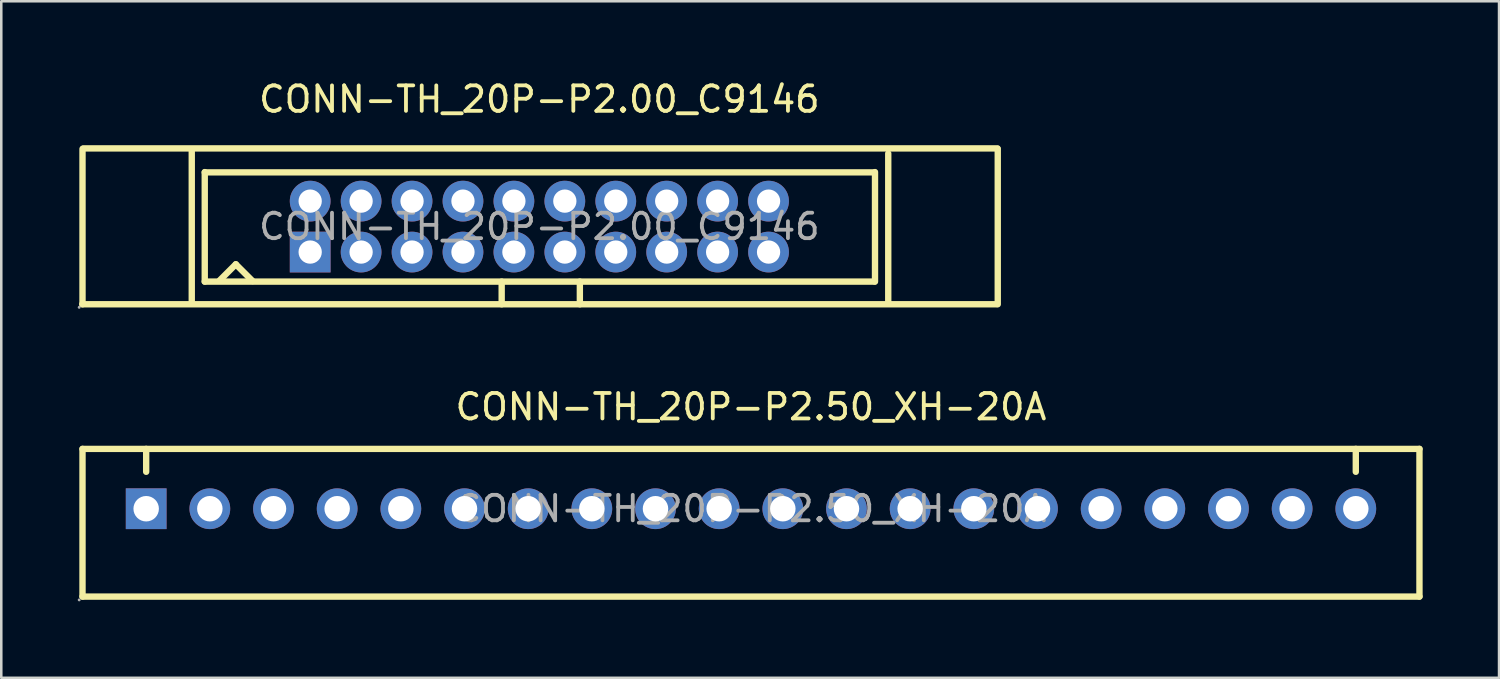
<source format=kicad_pcb>
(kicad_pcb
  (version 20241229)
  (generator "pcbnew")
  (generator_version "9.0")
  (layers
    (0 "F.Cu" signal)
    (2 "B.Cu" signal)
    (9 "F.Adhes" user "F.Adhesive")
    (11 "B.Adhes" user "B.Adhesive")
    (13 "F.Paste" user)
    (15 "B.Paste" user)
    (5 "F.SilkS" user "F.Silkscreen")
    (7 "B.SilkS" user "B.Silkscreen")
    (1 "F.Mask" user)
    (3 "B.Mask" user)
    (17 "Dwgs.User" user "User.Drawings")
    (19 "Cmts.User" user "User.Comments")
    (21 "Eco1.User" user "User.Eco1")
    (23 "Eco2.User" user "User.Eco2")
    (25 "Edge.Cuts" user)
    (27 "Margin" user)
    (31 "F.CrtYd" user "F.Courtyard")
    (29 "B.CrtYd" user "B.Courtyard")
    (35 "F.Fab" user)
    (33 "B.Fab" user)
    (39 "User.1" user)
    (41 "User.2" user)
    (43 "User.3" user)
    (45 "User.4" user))
  (footprint "CONN-TH_20P-P2.50_XH-20A"
    (layer "F.Cu")
    (at 26.44 16.927)
    (property "Reference" "CONN-TH_20P-P2.50_XH-20A" (at 0 -4 0) (layer "F.SilkS") (effects (font (size 1 1) (thickness 0.15))))
    (attr through_hole)
    (fp_line (start -26.25 -2.35) (end -26.25 3.45) (stroke (width 0.25) (type solid)) (layer "F.SilkS"))
    (fp_line (start -26.25 3.45) (end 26.25 3.45) (stroke (width 0.25) (type solid)) (layer "F.SilkS"))
    (fp_line (start -23.75 -1.45) (end -23.75 -2.35) (stroke (width 0.25) (type solid)) (layer "F.SilkS"))
    (fp_line (start 23.75 -1.45) (end 23.75 -2.35) (stroke (width 0.25) (type solid)) (layer "F.SilkS"))
    (fp_line (start 26.25 -2.35) (end -26.25 -2.35) (stroke (width 0.25) (type solid)) (layer "F.SilkS"))
    (fp_line (start 26.25 -2.35) (end 26.25 3.45) (stroke (width 0.25) (type solid)) (layer "F.SilkS"))
    (fp_circle (center -26.38 3.58) (end -26.35 3.58) (stroke (width 0.06) (type solid)) (fill no) (layer "F.Fab"))
    (fp_circle (center -23.75 0) (end -23.55 0) (stroke (width 0.4) (type solid)) (fill no) (layer "F.Fab"))
    (fp_circle (center -21.25 0) (end -21.05 0) (stroke (width 0.4) (type solid)) (fill no) (layer "F.Fab"))
    (fp_circle (center -18.75 0) (end -18.55 0) (stroke (width 0.4) (type solid)) (fill no) (layer "F.Fab"))
    (fp_circle (center -16.25 0) (end -16.05 0) (stroke (width 0.4) (type solid)) (fill no) (layer "F.Fab"))
    (fp_circle (center -13.75 0) (end -13.55 0) (stroke (width 0.4) (type solid)) (fill no) (layer "F.Fab"))
    (fp_circle (center -11.25 0) (end -11.05 0) (stroke (width 0.4) (type solid)) (fill no) (layer "F.Fab"))
    (fp_circle (center -8.75 0) (end -8.55 0) (stroke (width 0.4) (type solid)) (fill no) (layer "F.Fab"))
    (fp_circle (center -6.25 0) (end -6.05 0) (stroke (width 0.4) (type solid)) (fill no) (layer "F.Fab"))
    (fp_circle (center -3.75 0) (end -3.55 0) (stroke (width 0.4) (type solid)) (fill no) (layer "F.Fab"))
    (fp_circle (center -1.25 0) (end -1.05 0) (stroke (width 0.4) (type solid)) (fill no) (layer "F.Fab"))
    (fp_circle (center 1.25 0) (end 1.45 0) (stroke (width 0.4) (type solid)) (fill no) (layer "F.Fab"))
    (fp_circle (center 3.75 0) (end 3.95 0) (stroke (width 0.4) (type solid)) (fill no) (layer "F.Fab"))
    (fp_circle (center 6.25 0) (end 6.45 0) (stroke (width 0.4) (type solid)) (fill no) (layer "F.Fab"))
    (fp_circle (center 8.75 0) (end 8.95 0) (stroke (width 0.4) (type solid)) (fill no) (layer "F.Fab"))
    (fp_circle (center 11.25 0) (end 11.45 0) (stroke (width 0.4) (type solid)) (fill no) (layer "F.Fab"))
    (fp_circle (center 13.75 0) (end 13.95 0) (stroke (width 0.4) (type solid)) (fill no) (layer "F.Fab"))
    (fp_circle (center 16.25 0) (end 16.45 0) (stroke (width 0.4) (type solid)) (fill no) (layer "F.Fab"))
    (fp_circle (center 18.75 0) (end 18.95 0) (stroke (width 0.4) (type solid)) (fill no) (layer "F.Fab"))
    (fp_circle (center 21.25 0) (end 21.45 0) (stroke (width 0.4) (type solid)) (fill no) (layer "F.Fab"))
    (fp_circle (center 23.75 0) (end 23.95 0) (stroke (width 0.4) (type solid)) (fill no) (layer "F.Fab"))
    (fp_text user "${REFERENCE}" (at 0 0 0) (layer "F.Fab") (effects (font (size 1 1) (thickness 0.15))))
    (pad "1" thru_hole rect (at -23.75 0 180) (size 1.6 1.6) (drill 1) (layers "*.Cu" "*.Paste" "*.Mask"))
    (pad "2" thru_hole circle (at -21.25 0 180) (size 1.6 1.6) (drill 1) (layers "*.Cu" "*.Paste" "*.Mask"))
    (pad "3" thru_hole circle (at -18.75 0 180) (size 1.6 1.6) (drill 1) (layers "*.Cu" "*.Paste" "*.Mask"))
    (pad "4" thru_hole circle (at -16.25 0 180) (size 1.6 1.6) (drill 1) (layers "*.Cu" "*.Paste" "*.Mask"))
    (pad "5" thru_hole circle (at -13.75 0 180) (size 1.6 1.6) (drill 1) (layers "*.Cu" "*.Paste" "*.Mask"))
    (pad "6" thru_hole circle (at -11.25 0 180) (size 1.6 1.6) (drill 1) (layers "*.Cu" "*.Paste" "*.Mask"))
    (pad "7" thru_hole circle (at -8.75 0 180) (size 1.6 1.6) (drill 1) (layers "*.Cu" "*.Paste" "*.Mask"))
    (pad "8" thru_hole circle (at -6.25 0 180) (size 1.6 1.6) (drill 1) (layers "*.Cu" "*.Paste" "*.Mask"))
    (pad "9" thru_hole circle (at -3.75 0 180) (size 1.6 1.6) (drill 1) (layers "*.Cu" "*.Paste" "*.Mask"))
    (pad "10" thru_hole circle (at -1.25 0 180) (size 1.6 1.6) (drill 1) (layers "*.Cu" "*.Paste" "*.Mask"))
    (pad "11" thru_hole circle (at 1.25 0 180) (size 1.6 1.6) (drill 1) (layers "*.Cu" "*.Paste" "*.Mask"))
    (pad "12" thru_hole circle (at 3.75 0 180) (size 1.6 1.6) (drill 1) (layers "*.Cu" "*.Paste" "*.Mask"))
    (pad "13" thru_hole circle (at 6.25 0 180) (size 1.6 1.6) (drill 1) (layers "*.Cu" "*.Paste" "*.Mask"))
    (pad "14" thru_hole circle (at 8.75 0 180) (size 1.6 1.6) (drill 1) (layers "*.Cu" "*.Paste" "*.Mask"))
    (pad "15" thru_hole circle (at 11.25 0 180) (size 1.6 1.6) (drill 1) (layers "*.Cu" "*.Paste" "*.Mask"))
    (pad "16" thru_hole circle (at 13.75 0 180) (size 1.6 1.6) (drill 1) (layers "*.Cu" "*.Paste" "*.Mask"))
    (pad "17" thru_hole circle (at 16.25 0 180) (size 1.6 1.6) (drill 1) (layers "*.Cu" "*.Paste" "*.Mask"))
    (pad "18" thru_hole circle (at 18.75 0 180) (size 1.6 1.6) (drill 1) (layers "*.Cu" "*.Paste" "*.Mask"))
    (pad "19" thru_hole circle (at 21.25 0 180) (size 1.6 1.6) (drill 1) (layers "*.Cu" "*.Paste" "*.Mask"))
    (pad "20" thru_hole circle (at 23.75 0 180) (size 1.6 1.6) (drill 1) (layers "*.Cu" "*.Paste" "*.Mask")))
  (footprint "CONN-TH_20P-P2.00_C9146"
    (layer "F.Cu")
    (at 18.13 5.848)
    (property "Reference" "CONN-TH_20P-P2.00_C9146" (at 0 -5 0) (layer "F.SilkS") (effects (font (size 1 1) (thickness 0.15))))
    (attr through_hole)
    (fp_line (start -17.94 -3.05) (end -17.94 3.05) (stroke (width 0.25) (type solid)) (layer "F.SilkS"))
    (fp_line (start -17.91 -3.07) (end 17.99 -3.07) (stroke (width 0.25) (type solid)) (layer "F.SilkS"))
    (fp_line (start -13.65 -2.95) (end -13.65 2.95) (stroke (width 0.25) (type solid)) (layer "F.SilkS"))
    (fp_line (start -13.14 -2.14) (end -13.14 2.16) (stroke (width 0.25) (type solid)) (layer "F.SilkS"))
    (fp_line (start -13.14 -2.13) (end 13.16 -2.13) (stroke (width 0.25) (type solid)) (layer "F.SilkS"))
    (fp_line (start -13.14 2.16) (end 13.16 2.16) (stroke (width 0.25) (type solid)) (layer "F.SilkS"))
    (fp_line (start -12.55 2.11) (end -11.92 1.48) (stroke (width 0.25) (type solid)) (layer "F.SilkS"))
    (fp_line (start -11.92 1.48) (end -11.26 2.14) (stroke (width 0.25) (type solid)) (layer "F.SilkS"))
    (fp_line (start -1.48 2.16) (end -1.48 3.05) (stroke (width 0.25) (type solid)) (layer "F.SilkS"))
    (fp_line (start 1.59 2.16) (end 1.59 3.05) (stroke (width 0.25) (type solid)) (layer "F.SilkS"))
    (fp_line (start 13.18 2.16) (end 13.18 -2.14) (stroke (width 0.25) (type solid)) (layer "F.SilkS"))
    (fp_line (start 13.7 3.03) (end 13.7 -2.87) (stroke (width 0.25) (type solid)) (layer "F.SilkS"))
    (fp_line (start 17.95 3.05) (end -17.95 3.05) (stroke (width 0.25) (type solid)) (layer "F.SilkS"))
    (fp_line (start 18 3.05) (end 18 -3.05) (stroke (width 0.25) (type solid)) (layer "F.SilkS"))
    (fp_circle (center -18.07 3.17) (end -18.04 3.17) (stroke (width 0.06) (type solid)) (fill no) (layer "F.Fab"))
    (fp_circle (center -9 -1) (end -8.82 -1) (stroke (width 0.36) (type solid)) (fill no) (layer "F.Fab"))
    (fp_circle (center -9 1) (end -8.82 1) (stroke (width 0.36) (type solid)) (fill no) (layer "F.Fab"))
    (fp_circle (center -7 -1) (end -6.82 -1) (stroke (width 0.36) (type solid)) (fill no) (layer "F.Fab"))
    (fp_circle (center -7 1) (end -6.82 1) (stroke (width 0.36) (type solid)) (fill no) (layer "F.Fab"))
    (fp_circle (center -5 -1) (end -4.82 -1) (stroke (width 0.36) (type solid)) (fill no) (layer "F.Fab"))
    (fp_circle (center -5 1) (end -4.82 1) (stroke (width 0.36) (type solid)) (fill no) (layer "F.Fab"))
    (fp_circle (center -3 -1) (end -2.82 -1) (stroke (width 0.36) (type solid)) (fill no) (layer "F.Fab"))
    (fp_circle (center -3 1) (end -2.82 1) (stroke (width 0.36) (type solid)) (fill no) (layer "F.Fab"))
    (fp_circle (center -1 -1) (end -0.82 -1) (stroke (width 0.36) (type solid)) (fill no) (layer "F.Fab"))
    (fp_circle (center -1 1) (end -0.82 1) (stroke (width 0.36) (type solid)) (fill no) (layer "F.Fab"))
    (fp_circle (center 1 -1) (end 1.18 -1) (stroke (width 0.36) (type solid)) (fill no) (layer "F.Fab"))
    (fp_circle (center 1 1) (end 1.18 1) (stroke (width 0.36) (type solid)) (fill no) (layer "F.Fab"))
    (fp_circle (center 3 -1) (end 3.18 -1) (stroke (width 0.36) (type solid)) (fill no) (layer "F.Fab"))
    (fp_circle (center 3 1) (end 3.18 1) (stroke (width 0.36) (type solid)) (fill no) (layer "F.Fab"))
    (fp_circle (center 5 -1) (end 5.18 -1) (stroke (width 0.36) (type solid)) (fill no) (layer "F.Fab"))
    (fp_circle (center 5 1) (end 5.18 1) (stroke (width 0.36) (type solid)) (fill no) (layer "F.Fab"))
    (fp_circle (center 7 -1) (end 7.18 -1) (stroke (width 0.36) (type solid)) (fill no) (layer "F.Fab"))
    (fp_circle (center 7 1) (end 7.18 1) (stroke (width 0.36) (type solid)) (fill no) (layer "F.Fab"))
    (fp_circle (center 9 -1) (end 9.18 -1) (stroke (width 0.36) (type solid)) (fill no) (layer "F.Fab"))
    (fp_circle (center 9 1) (end 9.18 1) (stroke (width 0.36) (type solid)) (fill no) (layer "F.Fab"))
    (fp_text user "${REFERENCE}" (at 0 0 0) (layer "F.Fab") (effects (font (size 1 1) (thickness 0.15))))
    (pad "1" thru_hole rect (at -9 1) (size 1.6 1.6) (drill 0.914) (layers "*.Cu" "*.Paste" "*.Mask"))
    (pad "2" thru_hole circle (at -9 -1) (size 1.6 1.6) (drill 0.914) (layers "*.Cu" "*.Paste" "*.Mask"))
    (pad "3" thru_hole circle (at -7 1) (size 1.6 1.6) (drill 0.914) (layers "*.Cu" "*.Paste" "*.Mask"))
    (pad "4" thru_hole circle (at -7 -1) (size 1.6 1.6) (drill 0.914) (layers "*.Cu" "*.Paste" "*.Mask"))
    (pad "5" thru_hole circle (at -5 1) (size 1.6 1.6) (drill 0.914) (layers "*.Cu" "*.Paste" "*.Mask"))
    (pad "6" thru_hole circle (at -5 -1) (size 1.6 1.6) (drill 0.914) (layers "*.Cu" "*.Paste" "*.Mask"))
    (pad "7" thru_hole circle (at -3 1) (size 1.6 1.6) (drill 0.914) (layers "*.Cu" "*.Paste" "*.Mask"))
    (pad "8" thru_hole circle (at -3 -1) (size 1.6 1.6) (drill 0.914) (layers "*.Cu" "*.Paste" "*.Mask"))
    (pad "9" thru_hole circle (at -1 1) (size 1.6 1.6) (drill 0.914) (layers "*.Cu" "*.Paste" "*.Mask"))
    (pad "10" thru_hole circle (at -1 -1) (size 1.6 1.6) (drill 0.914) (layers "*.Cu" "*.Paste" "*.Mask"))
    (pad "11" thru_hole circle (at 1 1) (size 1.6 1.6) (drill 0.914) (layers "*.Cu" "*.Paste" "*.Mask"))
    (pad "12" thru_hole circle (at 1 -1) (size 1.6 1.6) (drill 0.914) (layers "*.Cu" "*.Paste" "*.Mask"))
    (pad "13" thru_hole circle (at 3 1) (size 1.6 1.6) (drill 0.914) (layers "*.Cu" "*.Paste" "*.Mask"))
    (pad "14" thru_hole circle (at 3 -1) (size 1.6 1.6) (drill 0.914) (layers "*.Cu" "*.Paste" "*.Mask"))
    (pad "15" thru_hole circle (at 5 1) (size 1.6 1.6) (drill 0.914) (layers "*.Cu" "*.Paste" "*.Mask"))
    (pad "16" thru_hole circle (at 5 -1) (size 1.6 1.6) (drill 0.914) (layers "*.Cu" "*.Paste" "*.Mask"))
    (pad "17" thru_hole circle (at 7 1) (size 1.6 1.6) (drill 0.914) (layers "*.Cu" "*.Paste" "*.Mask"))
    (pad "18" thru_hole circle (at 7 -1) (size 1.6 1.6) (drill 0.914) (layers "*.Cu" "*.Paste" "*.Mask"))
    (pad "19" thru_hole circle (at 9 1) (size 1.6 1.6) (drill 0.914) (layers "*.Cu" "*.Paste" "*.Mask"))
    (pad "20" thru_hole circle (at 9 -1) (size 1.6 1.6) (drill 0.914) (layers "*.Cu" "*.Paste" "*.Mask")))
  (gr_rect
    (start -3 -3)
    (end 55.815 23.567)
    (stroke (width 0.1) (type default))
    (fill no)
    (layer "Edge.Cuts")))
</source>
